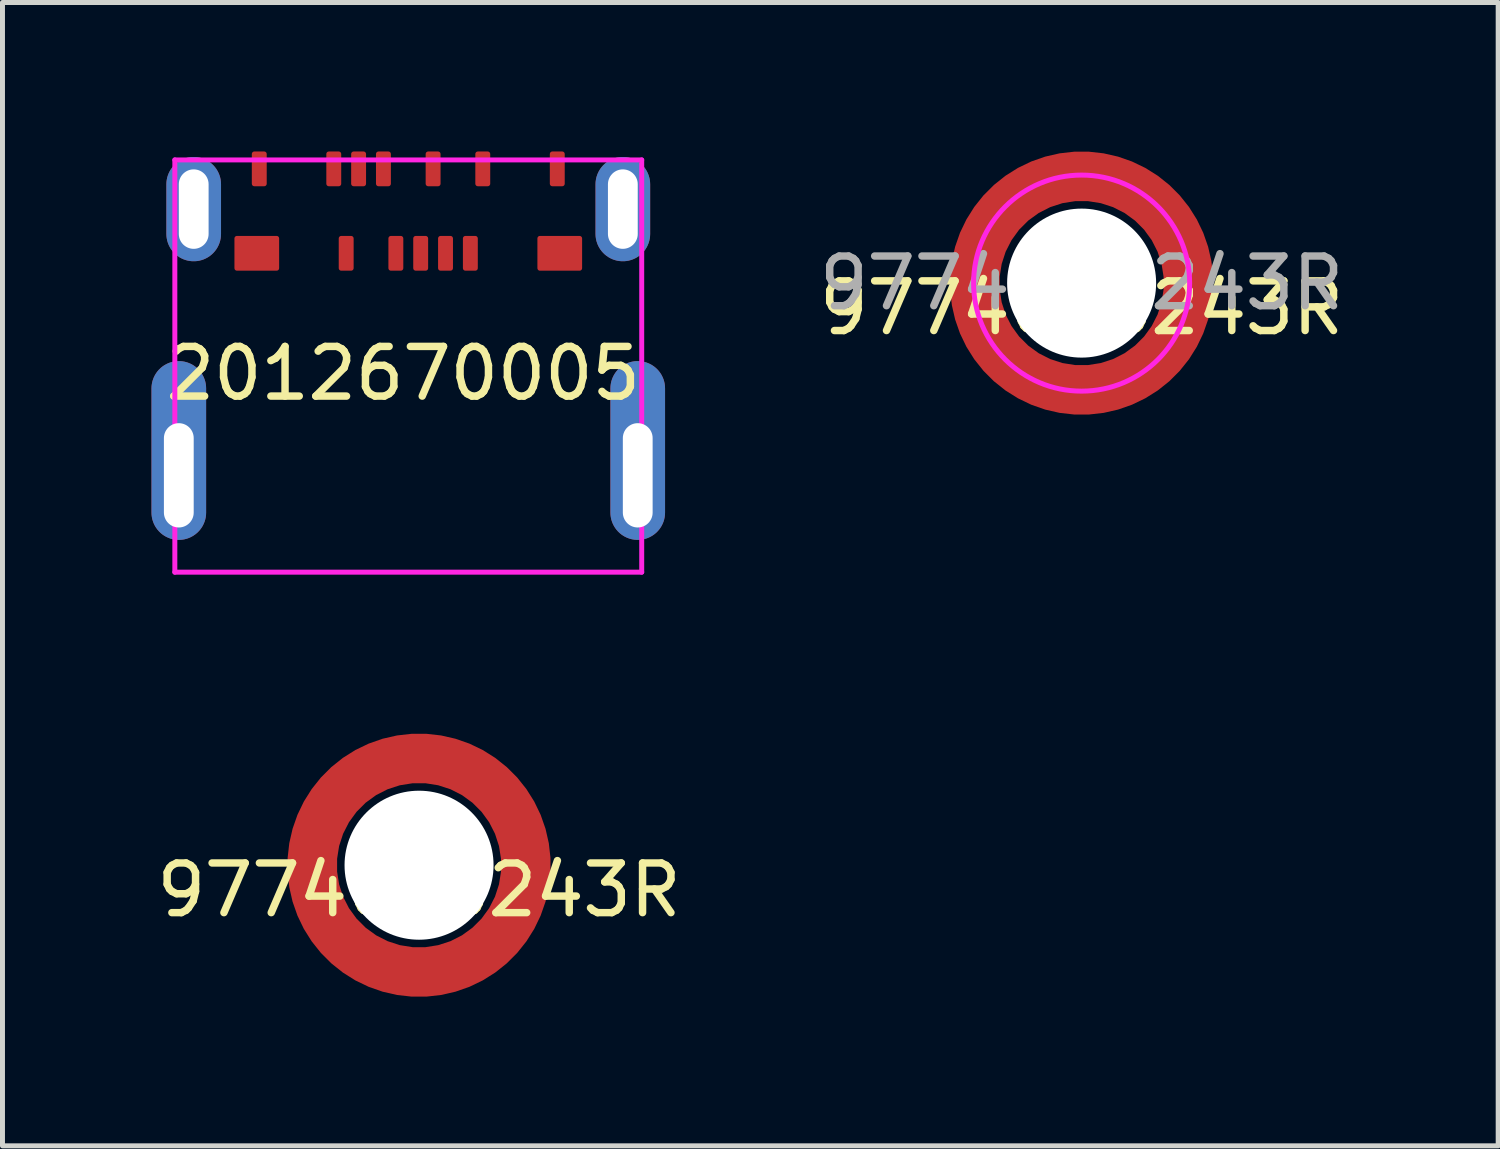
<source format=kicad_pcb>
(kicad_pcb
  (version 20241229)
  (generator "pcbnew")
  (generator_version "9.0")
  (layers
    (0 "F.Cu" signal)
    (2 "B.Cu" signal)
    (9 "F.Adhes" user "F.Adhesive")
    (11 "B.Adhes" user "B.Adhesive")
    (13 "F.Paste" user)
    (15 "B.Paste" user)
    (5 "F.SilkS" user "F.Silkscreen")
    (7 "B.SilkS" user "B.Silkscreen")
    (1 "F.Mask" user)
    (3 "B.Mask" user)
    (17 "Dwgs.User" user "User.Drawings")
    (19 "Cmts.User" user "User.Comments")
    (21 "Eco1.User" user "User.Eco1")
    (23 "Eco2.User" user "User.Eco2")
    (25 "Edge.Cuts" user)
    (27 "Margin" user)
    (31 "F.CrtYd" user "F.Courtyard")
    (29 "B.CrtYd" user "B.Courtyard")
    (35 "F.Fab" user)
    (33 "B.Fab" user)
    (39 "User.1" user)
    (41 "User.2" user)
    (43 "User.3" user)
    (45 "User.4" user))
  (footprint "9774015243R"
    (layer "F.Cu")
    (at 18.727 2.65)
    (property "Reference" "9774015243R" (at 0 0.5 0) (layer "F.SilkS") (effects (font (size 1 1) (thickness 0.15))))
    (attr smd)
    (fp_circle (center 0 0) (end 2.175 0) (stroke (width 0.1) (type solid)) (fill no) (layer "F.CrtYd"))
    (fp_text user "${REFERENCE}" (at 0 0 0) (layer "F.Fab") (effects (font (size 1 1) (thickness 0.15))))
    (pad "" smd custom (at -2.15 0) (size 0.8 0.8) (layers "F.Paste") (options (anchor circle)) (primitives (gr_arc (start 0 0) (mid 0.288045 -1.075) (end 1.075 -1.861955) (width 0.8))))
    (pad "" smd custom (at 0 -2.15 270) (size 0.8 0.8) (layers "F.Paste") (options (anchor circle)) (primitives (gr_arc (start 0 0) (mid 0.288045 -1.075) (end 1.075 -1.861955) (width 0.8))))
    (pad "" np_thru_hole circle (at 0 0) (size 3 3) (drill 3) (layers "*.Cu" "*.Mask"))
    (pad "" smd custom (at 0 2.15 90) (size 0.8 0.8) (layers "F.Paste") (options (anchor circle)) (primitives (gr_arc (start 0 0) (mid 0.288045 -1.075) (end 1.075 -1.861955) (width 0.8))))
    (pad "" smd custom (at 2.15 0 180) (size 0.8 0.8) (layers "F.Paste") (options (anchor circle)) (primitives (gr_arc (start 0 0) (mid 0.288045 -1.075) (end 1.075 -1.861955) (width 0.8))))
    (pad "1" smd custom (at -2.15 0) (size 1 1) (layers "F.Cu" "F.Mask") (options (anchor circle)) (primitives (gr_circle (center 2.15 0) (end 4.3 0) (width 1) (fill no)))))
  (footprint "9774025243R"
    (layer "F.Cu")
    (at 5.387 14.37)
    (property "Reference" "9774025243R" (at 0 0.5 0) (layer "F.SilkS") (effects (font (size 1 1) (thickness 0.15))))
    (attr smd)
    (pad "" smd custom (at -2.15 0) (size 0.8 0.8) (layers "F.Paste") (options (anchor circle)) (primitives (gr_arc (start 0 0) (mid 0.288045 -1.075) (end 1.075 -1.861955) (width 0.8))))
    (pad "" smd custom (at 0 -2.15 270) (size 0.8 0.8) (layers "F.Paste") (options (anchor circle)) (primitives (gr_arc (start 0 0) (mid 0.288045 -1.075) (end 1.075 -1.861955) (width 0.8))))
    (pad "" np_thru_hole circle (at 0 0) (size 3 3) (drill 3) (layers "*.Cu" "*.Mask"))
    (pad "" smd custom (at 0 2.15 90) (size 0.8 0.8) (layers "F.Paste") (options (anchor circle)) (primitives (gr_arc (start 0 0) (mid 0.288045 -1.075) (end 1.075 -1.861955) (width 0.8))))
    (pad "" smd custom (at 2.15 0 180) (size 0.8 0.8) (layers "F.Paste") (options (anchor circle)) (primitives (gr_arc (start 0 0) (mid 0.288045 -1.075) (end 1.075 -1.861955) (width 0.8))))
    (pad "1" smd custom (at -2.15 0) (size 1 1) (layers "F.Cu" "F.Mask") (options (anchor circle)) (primitives (gr_circle (center 2.15 0) (end 4.3 0) (width 1) (fill no)))))
  (footprint "2012670005"
    (layer "F.Cu")
    (at 5.17 8.47)
    (property "Reference" "2012670005" (at -0.1 -4 0) (layer "F.SilkS") (effects (font (size 1 1) (thickness 0.15))))
    (attr smd)
    (fp_line (start -4.7 -8.3) (end -4.7 0) (stroke (width 0.1) (type solid)) (layer "F.CrtYd"))
    (fp_line (start -4.7 0) (end 4.7 0) (stroke (width 0.1) (type solid)) (layer "F.CrtYd"))
    (fp_line (start 4.7 -8.3) (end -4.7 -8.3) (stroke (width 0.1) (type solid)) (layer "F.CrtYd"))
    (fp_line (start 4.7 0) (end 4.7 -8.3) (stroke (width 0.1) (type solid)) (layer "F.CrtYd"))
    (pad "A1" smd roundrect (at -3 -8.12) (size 0.3 0.7) (layers "F.Cu" "F.Mask" "F.Paste") (roundrect_rratio 0.167))
    (pad "A4" smd roundrect (at -1.5 -8.12) (size 0.3 0.7) (layers "F.Cu" "F.Mask" "F.Paste") (roundrect_rratio 0.167))
    (pad "A5" smd roundrect (at -1 -8.12) (size 0.3 0.7) (layers "F.Cu" "F.Mask" "F.Paste") (roundrect_rratio 0.167))
    (pad "A6" smd roundrect (at -0.5 -8.12) (size 0.3 0.7) (layers "F.Cu" "F.Mask" "F.Paste") (roundrect_rratio 0.167))
    (pad "A7" smd roundrect (at 0.5 -8.12) (size 0.3 0.7) (layers "F.Cu" "F.Mask" "F.Paste") (roundrect_rratio 0.167))
    (pad "A9" smd roundrect (at 1.5 -8.12) (size 0.3 0.7) (layers "F.Cu" "F.Mask" "F.Paste") (roundrect_rratio 0.167))
    (pad "A12" smd roundrect (at 3 -8.12) (size 0.3 0.7) (layers "F.Cu" "F.Mask" "F.Paste") (roundrect_rratio 0.167))
    (pad "B1" smd roundrect (at 3.05 -6.42) (size 0.9 0.7) (layers "F.Cu" "F.Mask" "F.Paste") (roundrect_rratio 0.071))
    (pad "B4" smd roundrect (at 1.25 -6.42) (size 0.3 0.7) (layers "F.Cu" "F.Mask" "F.Paste") (roundrect_rratio 0.167))
    (pad "B5" smd roundrect (at 0.75 -6.42) (size 0.3 0.7) (layers "F.Cu" "F.Mask" "F.Paste") (roundrect_rratio 0.167))
    (pad "B6" smd roundrect (at 0.25 -6.42) (size 0.3 0.7) (layers "F.Cu" "F.Mask" "F.Paste") (roundrect_rratio 0.167))
    (pad "B7" smd roundrect (at -0.25 -6.42) (size 0.3 0.7) (layers "F.Cu" "F.Mask" "F.Paste") (roundrect_rratio 0.167))
    (pad "B9" smd roundrect (at -1.25 -6.42) (size 0.3 0.7) (layers "F.Cu" "F.Mask" "F.Paste") (roundrect_rratio 0.167))
    (pad "B12" smd roundrect (at -3.05 -6.42) (size 0.9 0.7) (layers "F.Cu" "F.Mask" "F.Paste") (roundrect_rratio 0.071))
    (pad "S1" thru_hole oval (at -4.62 -1.95) (size 1.1 3.6) (drill oval 0.6 2.1 (offset 0 -0.5)) (layers "*.Cu" "*.Mask"))
    (pad "S1" thru_hole oval (at -4.32 -7.31) (size 1.1 2.1) (drill oval 0.6 1.6) (layers "*.Cu" "*.Mask"))
    (pad "S1" thru_hole oval (at 4.32 -7.31) (size 1.1 2.1) (drill oval 0.6 1.6) (layers "*.Cu" "*.Mask"))
    (pad "S1" thru_hole oval (at 4.62 -1.95) (size 1.1 3.6) (drill oval 0.6 2.1 (offset 0 -0.5)) (layers "*.Cu" "*.Mask")))
  (gr_rect
    (start -3 -3)
    (end 27.114 20.02)
    (stroke (width 0.1) (type default))
    (fill no)
    (layer "Edge.Cuts")))
</source>
